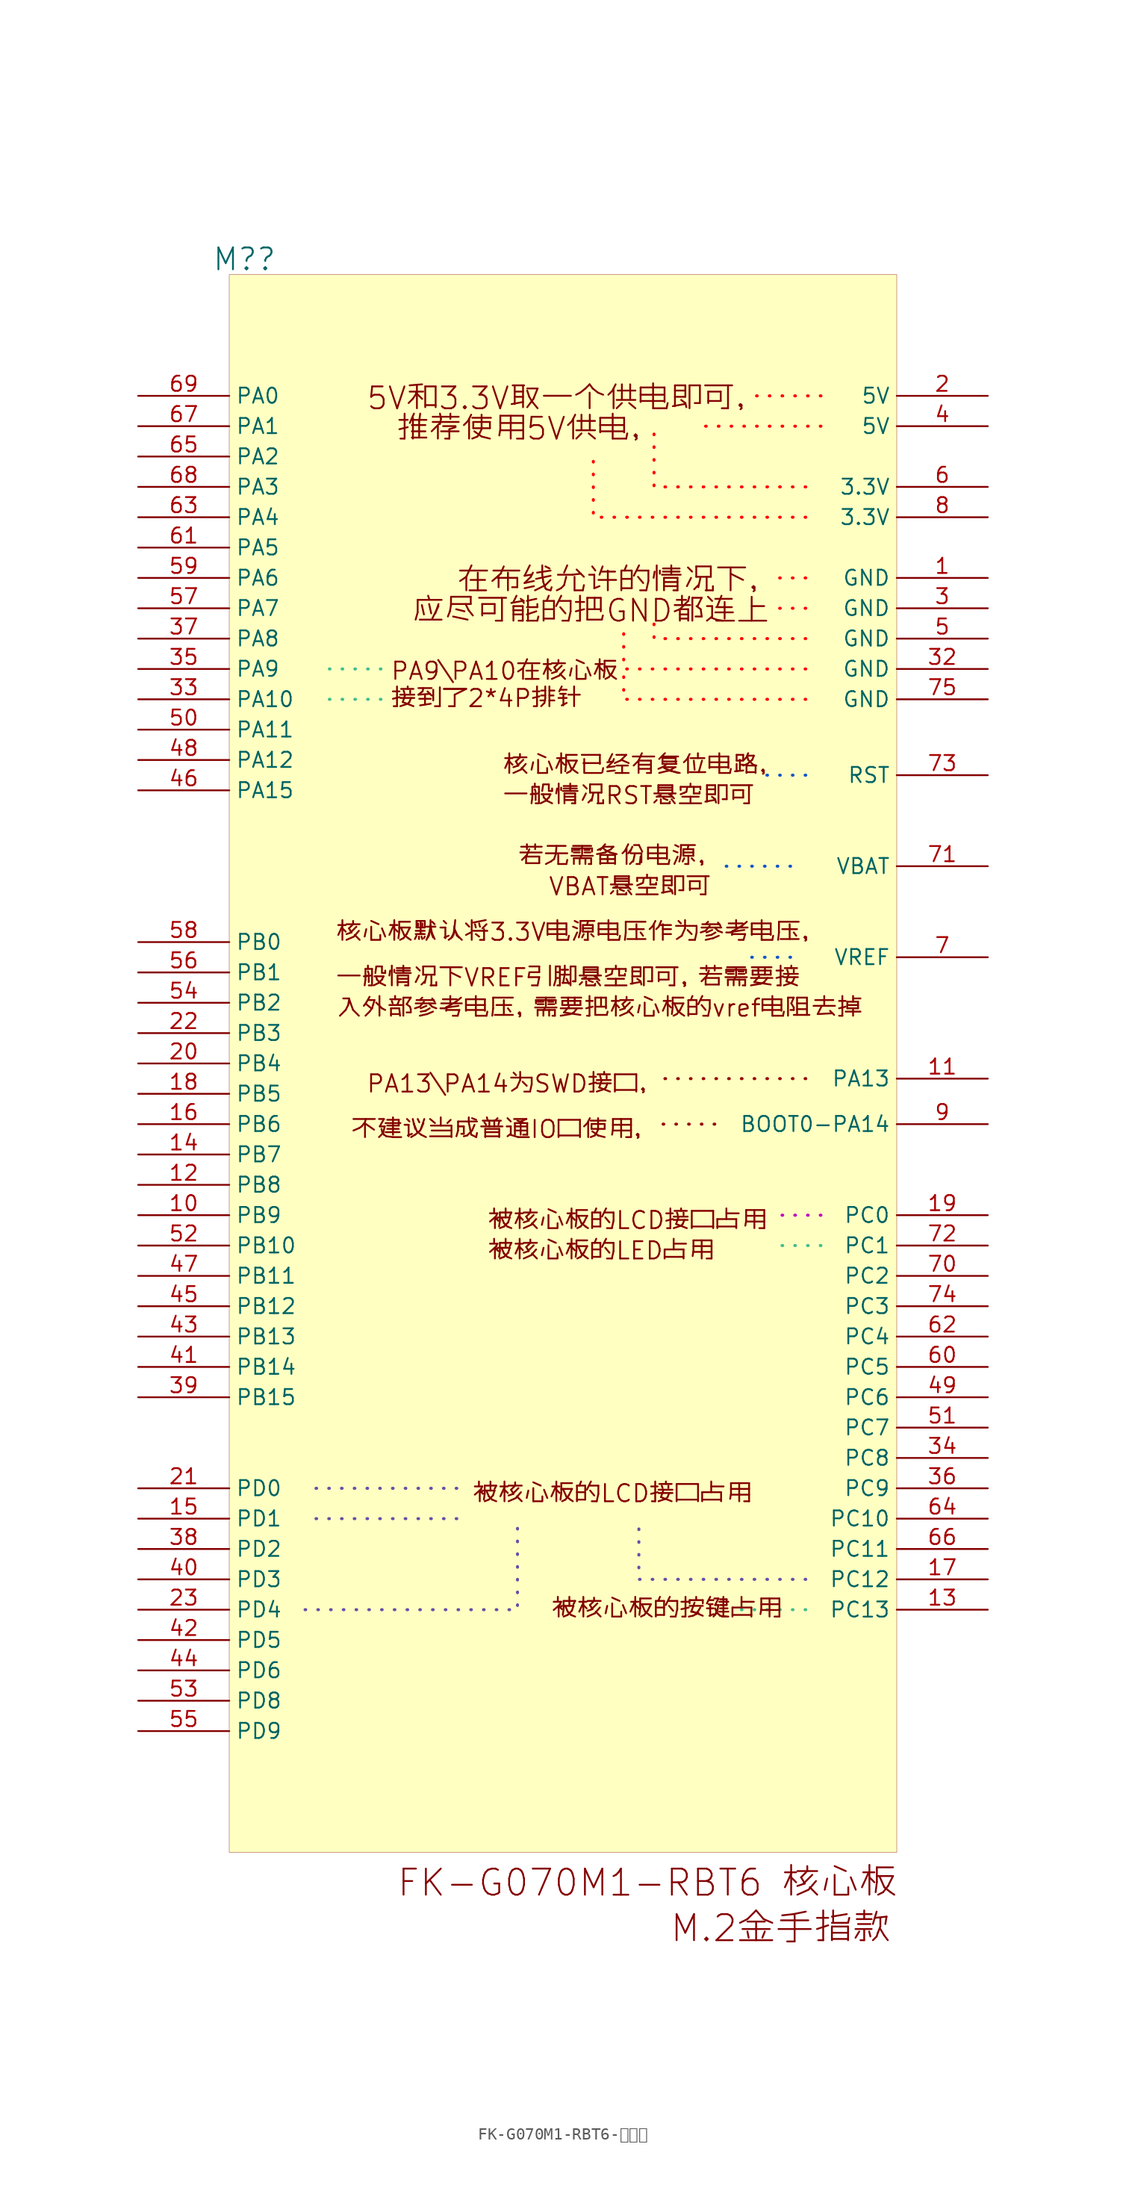
<source format=kicad_sym>
(kicad_symbol_lib
  (version 20231120)
  (generator "kicad_symbol_editor")
  (generator_version "8.0")
  (symbol "FK-G070M1-RBT6-金手指"
    (property "Reference" "M?"
      (at -26.67 68.58 0)
      (effects (font (size 1.829 1.829))))
    (property "Value" ""
      (at -6.35 71.12 0)
      (effects (font (size 1.829 1.829)) (justify left bottom)))
    (symbol "FK-G070M1-RBT6-金手指_1_0"
      (rectangle (start -27.94 67.31) (end 27.94 -64.77) (stroke (width 0.025) (type solid) (color 128 0 0 1)) (fill (type background)))
      (polyline (pts (xy -15.24 31.75) (xy -20.32 31.75)) (stroke (width 0.254) (type dot) (color 65 189 142 1)) (fill (type none)))
      (polyline (pts (xy -15.24 34.29) (xy -20.32 34.29)) (stroke (width 0.254) (type dot) (color 65 189 142 1)) (fill (type none)))
      (polyline (pts (xy -8.89 -36.83) (xy -21.59 -36.83)) (stroke (width 0.254) (type dot) (color 103 78 167 1)) (fill (type none)))
      (polyline (pts (xy -8.89 -34.29) (xy -21.59 -34.29)) (stroke (width 0.254) (type dot) (color 103 78 167 1)) (fill (type none)))
      (polyline (pts (xy 12.7 -3.81) (xy 7.62 -3.81)) (stroke (width 0.254) (type dot) (color 152 0 0 1)) (fill (type none)))
      (polyline (pts (xy 19.05 10.16) (xy 15.24 10.16)) (stroke (width 0.254) (type dot) (color 17 85 204 1)) (fill (type none)))
      (polyline (pts (xy 19.05 17.78) (xy 12.7 17.78)) (stroke (width 0.254) (type dot) (color 17 85 204 1)) (fill (type none)))
      (polyline (pts (xy 20.32 -44.45) (xy 13.97 -44.45)) (stroke (width 0.254) (type dot) (color 65 189 142 1)) (fill (type none)))
      (polyline (pts (xy 20.32 0) (xy 7.62 0)) (stroke (width 0.254) (type dot) (color 152 0 0 1)) (fill (type none)))
      (polyline (pts (xy 20.32 25.4) (xy 16.51 25.4)) (stroke (width 0.254) (type dot) (color 17 85 204 1)) (fill (type none)))
      (polyline (pts (xy 20.32 39.37) (xy 17.78 39.37)) (stroke (width 0.254) (type dot) (color 255 0 0 1)) (fill (type none)))
      (polyline (pts (xy 20.32 41.91) (xy 17.78 41.91)) (stroke (width 0.254) (type dot) (color 255 0 0 1)) (fill (type none)))
      (polyline (pts (xy 21.59 -13.97) (xy 17.78 -13.97)) (stroke (width 0.254) (type dot) (color 65 189 142 1)) (fill (type none)))
      (polyline (pts (xy 21.59 -11.43) (xy 17.78 -11.43)) (stroke (width 0.254) (type dot) (color 194 0 194 1)) (fill (type none)))
      (polyline (pts (xy 21.59 54.61) (xy 11.43 54.61)) (stroke (width 0.254) (type dot) (color 255 0 0 1)) (fill (type none)))
      (polyline (pts (xy 21.59 57.15) (xy 15.24 57.15)) (stroke (width 0.254) (type dot) (color 255 0 0 1)) (fill (type none)))
      (polyline (pts (xy -21.59 -44.45) (xy -3.81 -44.45) (xy -3.81 -36.83)) (stroke (width 0.254) (type dot) (color 103 78 167 1)) (fill (type none)))
      (polyline (pts (xy 20.32 -41.91) (xy 6.35 -41.91) (xy 6.35 -36.83)) (stroke (width 0.254) (type dot) (color 103 78 167 1)) (fill (type none)))
      (polyline (pts (xy 20.32 31.75) (xy 5.08 31.75) (xy 5.08 34.29)) (stroke (width 0.254) (type dot) (color 255 0 0 1)) (fill (type none)))
      (polyline (pts (xy 20.32 34.29) (xy 5.08 34.29) (xy 5.08 38.1)) (stroke (width 0.254) (type dot) (color 255 0 0 1)) (fill (type none)))
      (polyline (pts (xy 20.32 36.83) (xy 7.62 36.83) (xy 7.62 38.1)) (stroke (width 0.254) (type dot) (color 255 0 0 1)) (fill (type none)))
      (polyline (pts (xy 20.32 46.99) (xy 2.54 46.99) (xy 2.54 52.07)) (stroke (width 0.254) (type dot) (color 255 0 0 1)) (fill (type none)))
      (polyline (pts (xy 20.32 49.53) (xy 7.62 49.53) (xy 7.62 54.61)) (stroke (width 0.254) (type dot) (color 255 0 0 1)) (fill (type none)))
      (text "5V和3.3V取一个供电即可，" (at -16.51 55.88 0) (effects (font (size 1.829 1.829)) (justify left bottom)))
      (text "FK-G070M1-RBT6 核心板" (at -13.97 -68.58 0) (effects (font (size 2.184 2.184)) (justify left bottom)))
      (text "M.2金手指款" (at 8.89 -72.39 0) (effects (font (size 2.184 2.184)) (justify left bottom)))
      (text "PA13\\PA14为SWD接口，" (at -16.51 -1.27 0) (effects (font (size 1.448 1.448)) (justify left bottom)))
      (text "PA9\\PA10在核心板" (at -14.478 33.274 0) (effects (font (size 1.448 1.448)) (justify left bottom)))
      (text "VBAT悬空即可" (at -1.27 15.24 0) (effects (font (size 1.448 1.448)) (justify left bottom)))
      (text "一般情况RST悬空即可" (at -5.08 22.86 0) (effects (font (size 1.448 1.448)) (justify left bottom)))
      (text "一般情况下VREF引脚悬空即可，若需要接" (at -19.05 7.62 0) (effects (font (size 1.448 1.448)) (justify left bottom)))
      (text "不建议当成普通IO口使用，" (at -17.78 -5.08 0) (effects (font (size 1.448 1.448)) (justify left bottom)))
      (text "入外部参考电压，需要把核心板的vref电阻去掉" (at -19.05 5.08 0) (effects (font (size 1.448 1.448)) (justify left bottom)))
      (text "在布线允许的情况下，" (at -8.89 40.64 0) (effects (font (size 1.829 1.829)) (justify left bottom)))
      (text "应尽可能的把GND都连上" (at -12.7 38.1 0) (effects (font (size 1.829 1.829)) (justify left bottom)))
      (text "接到了2*4P排针" (at -14.478 30.988 0) (effects (font (size 1.448 1.448)) (justify left bottom)))
      (text "推荐使用5V供电，" (at -13.97 53.34 0) (effects (font (size 1.829 1.829)) (justify left bottom)))
      (text "核心板已经有复位电路，" (at -5.08 25.4 0) (effects (font (size 1.448 1.448)) (justify left bottom)))
      (text "核心板默认将3.3V电源电压作为参考电压，" (at -19.05 11.43 0) (effects (font (size 1.448 1.448)) (justify left bottom)))
      (text "若无需备份电源，" (at -3.81 17.78 0) (effects (font (size 1.448 1.448)) (justify left bottom)))
      (text "被核心板的LCD接口占用" (at -7.62 -35.56 0) (effects (font (size 1.448 1.448)) (justify left bottom)))
      (text "被核心板的LCD接口占用" (at -6.35 -12.7 0) (effects (font (size 1.448 1.448)) (justify left bottom)))
      (text "被核心板的LED占用" (at -6.35 -15.24 0) (effects (font (size 1.448 1.448)) (justify left bottom)))
      (text "被核心板的按键占用" (at -1.016 -45.212 0) (effects (font (size 1.448 1.448)) (justify left bottom)))
      (pin passive line (at 35.56 41.91 180) (length 7.62) (name "GND" (effects (font (size 1.27 1.27)))) (number "1" (effects (font (size 1.27 1.27)))))
      (pin passive line (at -35.56 -11.43 0) (length 7.62) (name "PB9" (effects (font (size 1.27 1.27)))) (number "10" (effects (font (size 1.27 1.27)))))
      (pin passive line (at 35.56 0 180) (length 7.62) (name "PA13" (effects (font (size 1.27 1.27)))) (number "11" (effects (font (size 1.27 1.27)))))
      (pin passive line (at -35.56 -8.89 0) (length 7.62) (name "PB8" (effects (font (size 1.27 1.27)))) (number "12" (effects (font (size 1.27 1.27)))))
      (pin passive line (at 35.56 -44.45 180) (length 7.62) (name "PC13" (effects (font (size 1.27 1.27)))) (number "13" (effects (font (size 1.27 1.27)))))
      (pin passive line (at -35.56 -6.35 0) (length 7.62) (name "PB7" (effects (font (size 1.27 1.27)))) (number "14" (effects (font (size 1.27 1.27)))))
      (pin passive line (at -35.56 -36.83 0) (length 7.62) (name "PD1" (effects (font (size 1.27 1.27)))) (number "15" (effects (font (size 1.27 1.27)))))
      (pin passive line (at -35.56 -3.81 0) (length 7.62) (name "PB6" (effects (font (size 1.27 1.27)))) (number "16" (effects (font (size 1.27 1.27)))))
      (pin passive line (at 35.56 -41.91 180) (length 7.62) (name "PC12" (effects (font (size 1.27 1.27)))) (number "17" (effects (font (size 1.27 1.27)))))
      (pin passive line (at -35.56 -1.27 0) (length 7.62) (name "PB5" (effects (font (size 1.27 1.27)))) (number "18" (effects (font (size 1.27 1.27)))))
      (pin passive line (at 35.56 -11.43 180) (length 7.62) (name "PC0" (effects (font (size 1.27 1.27)))) (number "19" (effects (font (size 1.27 1.27)))))
      (pin passive line (at 35.56 57.15 180) (length 7.62) (name "5V" (effects (font (size 1.27 1.27)))) (number "2" (effects (font (size 1.27 1.27)))))
      (pin passive line (at -35.56 1.27 0) (length 7.62) (name "PB4" (effects (font (size 1.27 1.27)))) (number "20" (effects (font (size 1.27 1.27)))))
      (pin passive line (at -35.56 -34.29 0) (length 7.62) (name "PD0" (effects (font (size 1.27 1.27)))) (number "21" (effects (font (size 1.27 1.27)))))
      (pin passive line (at -35.56 3.81 0) (length 7.62) (name "PB3" (effects (font (size 1.27 1.27)))) (number "22" (effects (font (size 1.27 1.27)))))
      (pin passive line (at -35.56 -44.45 0) (length 7.62) (name "PD4" (effects (font (size 1.27 1.27)))) (number "23" (effects (font (size 1.27 1.27)))))
      (pin passive line (at 35.56 39.37 180) (length 7.62) (name "GND" (effects (font (size 1.27 1.27)))) (number "3" (effects (font (size 1.27 1.27)))))
      (pin passive line (at 35.56 34.29 180) (length 7.62) (name "GND" (effects (font (size 1.27 1.27)))) (number "32" (effects (font (size 1.27 1.27)))))
      (pin passive line (at -35.56 31.75 0) (length 7.62) (name "PA10" (effects (font (size 1.27 1.27)))) (number "33" (effects (font (size 1.27 1.27)))))
      (pin passive line (at 35.56 -31.75 180) (length 7.62) (name "PC8" (effects (font (size 1.27 1.27)))) (number "34" (effects (font (size 1.27 1.27)))))
      (pin passive line (at -35.56 34.29 0) (length 7.62) (name "PA9" (effects (font (size 1.27 1.27)))) (number "35" (effects (font (size 1.27 1.27)))))
      (pin passive line (at 35.56 -34.29 180) (length 7.62) (name "PC9" (effects (font (size 1.27 1.27)))) (number "36" (effects (font (size 1.27 1.27)))))
      (pin passive line (at -35.56 36.83 0) (length 7.62) (name "PA8" (effects (font (size 1.27 1.27)))) (number "37" (effects (font (size 1.27 1.27)))))
      (pin passive line (at -35.56 -39.37 0) (length 7.62) (name "PD2" (effects (font (size 1.27 1.27)))) (number "38" (effects (font (size 1.27 1.27)))))
      (pin passive line (at -35.56 -26.67 0) (length 7.62) (name "PB15" (effects (font (size 1.27 1.27)))) (number "39" (effects (font (size 1.27 1.27)))))
      (pin passive line (at 35.56 54.61 180) (length 7.62) (name "5V" (effects (font (size 1.27 1.27)))) (number "4" (effects (font (size 1.27 1.27)))))
      (pin passive line (at -35.56 -41.91 0) (length 7.62) (name "PD3" (effects (font (size 1.27 1.27)))) (number "40" (effects (font (size 1.27 1.27)))))
      (pin passive line (at -35.56 -24.13 0) (length 7.62) (name "PB14" (effects (font (size 1.27 1.27)))) (number "41" (effects (font (size 1.27 1.27)))))
      (pin passive line (at -35.56 -46.99 0) (length 7.62) (name "PD5" (effects (font (size 1.27 1.27)))) (number "42" (effects (font (size 1.27 1.27)))))
      (pin passive line (at -35.56 -21.59 0) (length 7.62) (name "PB13" (effects (font (size 1.27 1.27)))) (number "43" (effects (font (size 1.27 1.27)))))
      (pin passive line (at -35.56 -49.53 0) (length 7.62) (name "PD6" (effects (font (size 1.27 1.27)))) (number "44" (effects (font (size 1.27 1.27)))))
      (pin passive line (at -35.56 -19.05 0) (length 7.62) (name "PB12" (effects (font (size 1.27 1.27)))) (number "45" (effects (font (size 1.27 1.27)))))
      (pin passive line (at -35.56 24.13 0) (length 7.62) (name "PA15" (effects (font (size 1.27 1.27)))) (number "46" (effects (font (size 1.27 1.27)))))
      (pin passive line (at -35.56 -16.51 0) (length 7.62) (name "PB11" (effects (font (size 1.27 1.27)))) (number "47" (effects (font (size 1.27 1.27)))))
      (pin passive line (at -35.56 26.67 0) (length 7.62) (name "PA12" (effects (font (size 1.27 1.27)))) (number "48" (effects (font (size 1.27 1.27)))))
      (pin passive line (at 35.56 -26.67 180) (length 7.62) (name "PC6" (effects (font (size 1.27 1.27)))) (number "49" (effects (font (size 1.27 1.27)))))
      (pin passive line (at 35.56 36.83 180) (length 7.62) (name "GND" (effects (font (size 1.27 1.27)))) (number "5" (effects (font (size 1.27 1.27)))))
      (pin passive line (at -35.56 29.21 0) (length 7.62) (name "PA11" (effects (font (size 1.27 1.27)))) (number "50" (effects (font (size 1.27 1.27)))))
      (pin passive line (at 35.56 -29.21 180) (length 7.62) (name "PC7" (effects (font (size 1.27 1.27)))) (number "51" (effects (font (size 1.27 1.27)))))
      (pin passive line (at -35.56 -13.97 0) (length 7.62) (name "PB10" (effects (font (size 1.27 1.27)))) (number "52" (effects (font (size 1.27 1.27)))))
      (pin passive line (at -35.56 -52.07 0) (length 7.62) (name "PD8" (effects (font (size 1.27 1.27)))) (number "53" (effects (font (size 1.27 1.27)))))
      (pin passive line (at -35.56 6.35 0) (length 7.62) (name "PB2" (effects (font (size 1.27 1.27)))) (number "54" (effects (font (size 1.27 1.27)))))
      (pin passive line (at -35.56 -54.61 0) (length 7.62) (name "PD9" (effects (font (size 1.27 1.27)))) (number "55" (effects (font (size 1.27 1.27)))))
      (pin passive line (at -35.56 8.89 0) (length 7.62) (name "PB1" (effects (font (size 1.27 1.27)))) (number "56" (effects (font (size 1.27 1.27)))))
      (pin passive line (at -35.56 39.37 0) (length 7.62) (name "PA7" (effects (font (size 1.27 1.27)))) (number "57" (effects (font (size 1.27 1.27)))))
      (pin passive line (at -35.56 11.43 0) (length 7.62) (name "PB0" (effects (font (size 1.27 1.27)))) (number "58" (effects (font (size 1.27 1.27)))))
      (pin passive line (at -35.56 41.91 0) (length 7.62) (name "PA6" (effects (font (size 1.27 1.27)))) (number "59" (effects (font (size 1.27 1.27)))))
      (pin passive line (at 35.56 49.53 180) (length 7.62) (name "3.3V" (effects (font (size 1.27 1.27)))) (number "6" (effects (font (size 1.27 1.27)))))
      (pin passive line (at 35.56 -24.13 180) (length 7.62) (name "PC5" (effects (font (size 1.27 1.27)))) (number "60" (effects (font (size 1.27 1.27)))))
      (pin passive line (at -35.56 44.45 0) (length 7.62) (name "PA5" (effects (font (size 1.27 1.27)))) (number "61" (effects (font (size 1.27 1.27)))))
      (pin passive line (at 35.56 -21.59 180) (length 7.62) (name "PC4" (effects (font (size 1.27 1.27)))) (number "62" (effects (font (size 1.27 1.27)))))
      (pin passive line (at -35.56 46.99 0) (length 7.62) (name "PA4" (effects (font (size 1.27 1.27)))) (number "63" (effects (font (size 1.27 1.27)))))
      (pin passive line (at 35.56 -36.83 180) (length 7.62) (name "PC10" (effects (font (size 1.27 1.27)))) (number "64" (effects (font (size 1.27 1.27)))))
      (pin passive line (at -35.56 52.07 0) (length 7.62) (name "PA2" (effects (font (size 1.27 1.27)))) (number "65" (effects (font (size 1.27 1.27)))))
      (pin passive line (at 35.56 -39.37 180) (length 7.62) (name "PC11" (effects (font (size 1.27 1.27)))) (number "66" (effects (font (size 1.27 1.27)))))
      (pin passive line (at -35.56 54.61 0) (length 7.62) (name "PA1" (effects (font (size 1.27 1.27)))) (number "67" (effects (font (size 1.27 1.27)))))
      (pin passive line (at -35.56 49.53 0) (length 7.62) (name "PA3" (effects (font (size 1.27 1.27)))) (number "68" (effects (font (size 1.27 1.27)))))
      (pin passive line (at -35.56 57.15 0) (length 7.62) (name "PA0" (effects (font (size 1.27 1.27)))) (number "69" (effects (font (size 1.27 1.27)))))
      (pin passive line (at 35.56 10.16 180) (length 7.62) (name "VREF" (effects (font (size 1.27 1.27)))) (number "7" (effects (font (size 1.27 1.27)))))
      (pin passive line (at 35.56 -16.51 180) (length 7.62) (name "PC2" (effects (font (size 1.27 1.27)))) (number "70" (effects (font (size 1.27 1.27)))))
      (pin passive line (at 35.56 17.78 180) (length 7.62) (name "VBAT" (effects (font (size 1.27 1.27)))) (number "71" (effects (font (size 1.27 1.27)))))
      (pin passive line (at 35.56 -13.97 180) (length 7.62) (name "PC1" (effects (font (size 1.27 1.27)))) (number "72" (effects (font (size 1.27 1.27)))))
      (pin passive line (at 35.56 25.4 180) (length 7.62) (name "RST" (effects (font (size 1.27 1.27)))) (number "73" (effects (font (size 1.27 1.27)))))
      (pin passive line (at 35.56 -19.05 180) (length 7.62) (name "PC3" (effects (font (size 1.27 1.27)))) (number "74" (effects (font (size 1.27 1.27)))))
      (pin passive line (at 35.56 31.75 180) (length 7.62) (name "GND" (effects (font (size 1.27 1.27)))) (number "75" (effects (font (size 1.27 1.27)))))
      (pin passive line (at 35.56 46.99 180) (length 7.62) (name "3.3V" (effects (font (size 1.27 1.27)))) (number "8" (effects (font (size 1.27 1.27)))))
      (pin passive line (at 35.56 -3.81 180) (length 7.62) (name "BOOT0-PA14" (effects (font (size 1.27 1.27)))) (number "9" (effects (font (size 1.27 1.27))))))))
</source>
